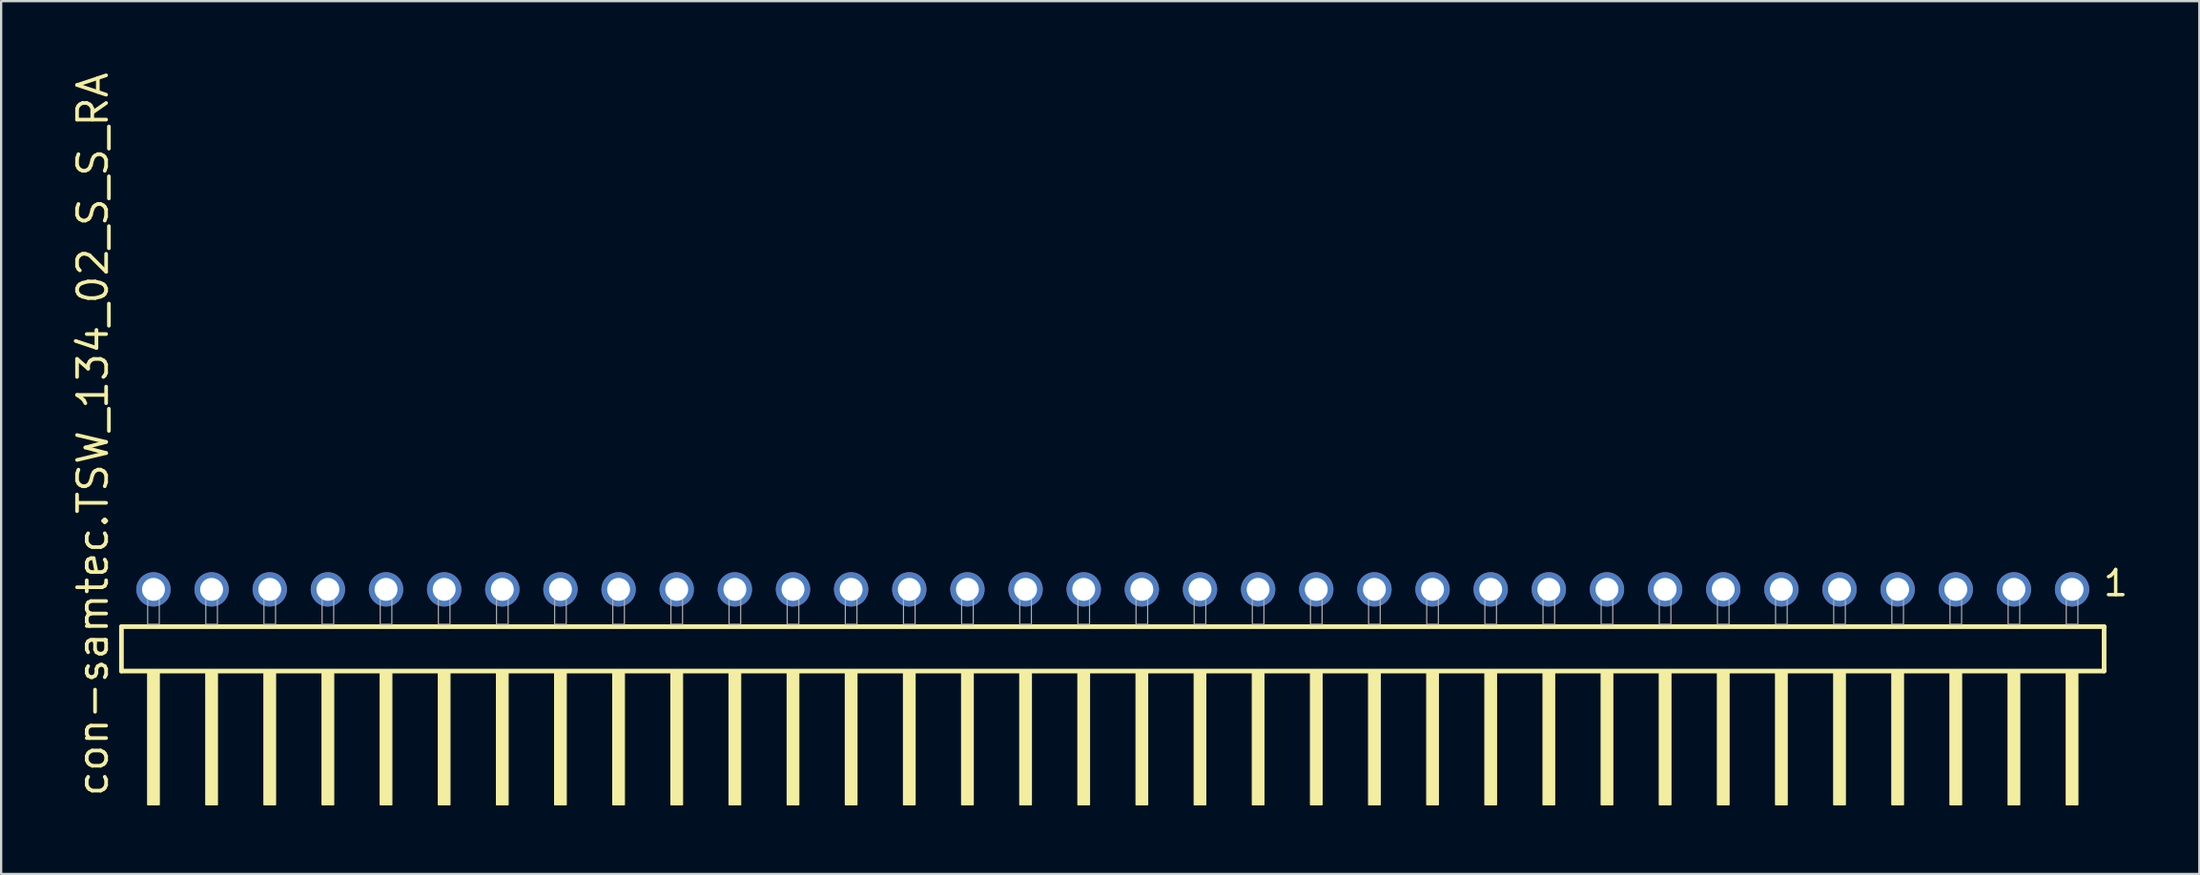
<source format=kicad_pcb>
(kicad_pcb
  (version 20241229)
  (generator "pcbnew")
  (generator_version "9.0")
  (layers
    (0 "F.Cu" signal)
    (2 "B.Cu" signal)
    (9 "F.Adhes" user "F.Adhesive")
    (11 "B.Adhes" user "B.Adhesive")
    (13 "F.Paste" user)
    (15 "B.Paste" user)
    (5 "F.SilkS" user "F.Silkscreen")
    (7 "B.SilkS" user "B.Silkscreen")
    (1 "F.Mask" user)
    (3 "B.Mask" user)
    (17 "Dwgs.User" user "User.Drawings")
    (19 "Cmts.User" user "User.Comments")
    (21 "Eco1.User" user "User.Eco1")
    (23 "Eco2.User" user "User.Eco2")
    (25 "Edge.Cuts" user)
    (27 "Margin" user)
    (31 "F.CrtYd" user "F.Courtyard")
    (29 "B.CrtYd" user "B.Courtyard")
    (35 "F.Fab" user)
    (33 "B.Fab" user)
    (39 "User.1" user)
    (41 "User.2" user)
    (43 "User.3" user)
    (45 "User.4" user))
  (footprint "con-samtec.TSW_134_02_S_S_RA"
    (layer "F.Cu")
    (at 45.565 24.235)
    (property "Reference" "con-samtec.TSW_134_02_S_S_RA" (at -43.815 7.62 90) (layer "F.SilkS") (effects (font (size 1.27 1.27) (thickness 0.16)) (justify left bottom)))
    (attr through_hole)
    (fp_line (start -43.309 0.106) (end -43.309 2.046) (stroke (width 0.203) (type default)) (layer "F.SilkS"))
    (fp_line (start -43.309 2.046) (end 43.309 2.046) (stroke (width 0.203) (type default)) (layer "F.SilkS"))
    (fp_line (start 43.309 0.106) (end -43.309 0.106) (stroke (width 0.203) (type default)) (layer "F.SilkS"))
    (fp_line (start 43.309 2.046) (end 43.309 0.106) (stroke (width 0.203) (type default)) (layer "F.SilkS"))
    (fp_rect (start -42.164 7.89) (end -41.656 2.04) (stroke (width 0.05) (type default)) (fill yes) (layer "F.SilkS"))
    (fp_rect (start -39.624 7.89) (end -39.116 2.04) (stroke (width 0.05) (type default)) (fill yes) (layer "F.SilkS"))
    (fp_rect (start -37.084 7.89) (end -36.576 2.04) (stroke (width 0.05) (type default)) (fill yes) (layer "F.SilkS"))
    (fp_rect (start -34.544 7.89) (end -34.036 2.04) (stroke (width 0.05) (type default)) (fill yes) (layer "F.SilkS"))
    (fp_rect (start -32.004 7.89) (end -31.496 2.04) (stroke (width 0.05) (type default)) (fill yes) (layer "F.SilkS"))
    (fp_rect (start -29.464 7.89) (end -28.956 2.04) (stroke (width 0.05) (type default)) (fill yes) (layer "F.SilkS"))
    (fp_rect (start -26.924 7.89) (end -26.416 2.04) (stroke (width 0.05) (type default)) (fill yes) (layer "F.SilkS"))
    (fp_rect (start -24.384 7.89) (end -23.876 2.04) (stroke (width 0.05) (type default)) (fill yes) (layer "F.SilkS"))
    (fp_rect (start -21.844 7.89) (end -21.336 2.04) (stroke (width 0.05) (type default)) (fill yes) (layer "F.SilkS"))
    (fp_rect (start -19.304 7.89) (end -18.796 2.04) (stroke (width 0.05) (type default)) (fill yes) (layer "F.SilkS"))
    (fp_rect (start -16.764 7.89) (end -16.256 2.04) (stroke (width 0.05) (type default)) (fill yes) (layer "F.SilkS"))
    (fp_rect (start -14.224 7.89) (end -13.716 2.04) (stroke (width 0.05) (type default)) (fill yes) (layer "F.SilkS"))
    (fp_rect (start -11.684 7.89) (end -11.176 2.04) (stroke (width 0.05) (type default)) (fill yes) (layer "F.SilkS"))
    (fp_rect (start -9.144 7.89) (end -8.636 2.04) (stroke (width 0.05) (type default)) (fill yes) (layer "F.SilkS"))
    (fp_rect (start -6.604 7.89) (end -6.096 2.04) (stroke (width 0.05) (type default)) (fill yes) (layer "F.SilkS"))
    (fp_rect (start -4.064 7.89) (end -3.556 2.04) (stroke (width 0.05) (type default)) (fill yes) (layer "F.SilkS"))
    (fp_rect (start -1.524 7.89) (end -1.016 2.04) (stroke (width 0.05) (type default)) (fill yes) (layer "F.SilkS"))
    (fp_rect (start 1.016 7.89) (end 1.524 2.04) (stroke (width 0.05) (type default)) (fill yes) (layer "F.SilkS"))
    (fp_rect (start 3.556 7.89) (end 4.064 2.04) (stroke (width 0.05) (type default)) (fill yes) (layer "F.SilkS"))
    (fp_rect (start 6.096 7.89) (end 6.604 2.04) (stroke (width 0.05) (type default)) (fill yes) (layer "F.SilkS"))
    (fp_rect (start 8.636 7.89) (end 9.144 2.04) (stroke (width 0.05) (type default)) (fill yes) (layer "F.SilkS"))
    (fp_rect (start 11.176 7.89) (end 11.684 2.04) (stroke (width 0.05) (type default)) (fill yes) (layer "F.SilkS"))
    (fp_rect (start 13.716 7.89) (end 14.224 2.04) (stroke (width 0.05) (type default)) (fill yes) (layer "F.SilkS"))
    (fp_rect (start 16.256 7.89) (end 16.764 2.04) (stroke (width 0.05) (type default)) (fill yes) (layer "F.SilkS"))
    (fp_rect (start 18.796 7.89) (end 19.304 2.04) (stroke (width 0.05) (type default)) (fill yes) (layer "F.SilkS"))
    (fp_rect (start 21.336 7.89) (end 21.844 2.04) (stroke (width 0.05) (type default)) (fill yes) (layer "F.SilkS"))
    (fp_rect (start 23.876 7.89) (end 24.384 2.04) (stroke (width 0.05) (type default)) (fill yes) (layer "F.SilkS"))
    (fp_rect (start 26.416 7.89) (end 26.924 2.04) (stroke (width 0.05) (type default)) (fill yes) (layer "F.SilkS"))
    (fp_rect (start 28.956 7.89) (end 29.464 2.04) (stroke (width 0.05) (type default)) (fill yes) (layer "F.SilkS"))
    (fp_rect (start 31.496 7.89) (end 32.004 2.04) (stroke (width 0.05) (type default)) (fill yes) (layer "F.SilkS"))
    (fp_rect (start 34.036 7.89) (end 34.544 2.04) (stroke (width 0.05) (type default)) (fill yes) (layer "F.SilkS"))
    (fp_rect (start 36.576 7.89) (end 37.084 2.04) (stroke (width 0.05) (type default)) (fill yes) (layer "F.SilkS"))
    (fp_rect (start 39.116 7.89) (end 39.624 2.04) (stroke (width 0.05) (type default)) (fill yes) (layer "F.SilkS"))
    (fp_rect (start 41.656 7.89) (end 42.164 2.04) (stroke (width 0.05) (type default)) (fill yes) (layer "F.SilkS"))
    (fp_rect (start -42.164 0) (end -41.656 -1.778) (stroke (width 0.05) (type default)) (fill no) (layer "F.Fab"))
    (fp_rect (start -39.624 0) (end -39.116 -1.778) (stroke (width 0.05) (type default)) (fill no) (layer "F.Fab"))
    (fp_rect (start -37.084 0) (end -36.576 -1.778) (stroke (width 0.05) (type default)) (fill no) (layer "F.Fab"))
    (fp_rect (start -34.544 0) (end -34.036 -1.778) (stroke (width 0.05) (type default)) (fill no) (layer "F.Fab"))
    (fp_rect (start -32.004 0) (end -31.496 -1.778) (stroke (width 0.05) (type default)) (fill no) (layer "F.Fab"))
    (fp_rect (start -29.464 0) (end -28.956 -1.778) (stroke (width 0.05) (type default)) (fill no) (layer "F.Fab"))
    (fp_rect (start -26.924 0) (end -26.416 -1.778) (stroke (width 0.05) (type default)) (fill no) (layer "F.Fab"))
    (fp_rect (start -24.384 0) (end -23.876 -1.778) (stroke (width 0.05) (type default)) (fill no) (layer "F.Fab"))
    (fp_rect (start -21.844 0) (end -21.336 -1.778) (stroke (width 0.05) (type default)) (fill no) (layer "F.Fab"))
    (fp_rect (start -19.304 0) (end -18.796 -1.778) (stroke (width 0.05) (type default)) (fill no) (layer "F.Fab"))
    (fp_rect (start -16.764 0) (end -16.256 -1.778) (stroke (width 0.05) (type default)) (fill no) (layer "F.Fab"))
    (fp_rect (start -14.224 0) (end -13.716 -1.778) (stroke (width 0.05) (type default)) (fill no) (layer "F.Fab"))
    (fp_rect (start -11.684 0) (end -11.176 -1.778) (stroke (width 0.05) (type default)) (fill no) (layer "F.Fab"))
    (fp_rect (start -9.144 0) (end -8.636 -1.778) (stroke (width 0.05) (type default)) (fill no) (layer "F.Fab"))
    (fp_rect (start -6.604 0) (end -6.096 -1.778) (stroke (width 0.05) (type default)) (fill no) (layer "F.Fab"))
    (fp_rect (start -4.064 0) (end -3.556 -1.778) (stroke (width 0.05) (type default)) (fill no) (layer "F.Fab"))
    (fp_rect (start -1.524 0) (end -1.016 -1.778) (stroke (width 0.05) (type default)) (fill no) (layer "F.Fab"))
    (fp_rect (start 1.016 0) (end 1.524 -1.778) (stroke (width 0.05) (type default)) (fill no) (layer "F.Fab"))
    (fp_rect (start 3.556 0) (end 4.064 -1.778) (stroke (width 0.05) (type default)) (fill no) (layer "F.Fab"))
    (fp_rect (start 6.096 0) (end 6.604 -1.778) (stroke (width 0.05) (type default)) (fill no) (layer "F.Fab"))
    (fp_rect (start 8.636 0) (end 9.144 -1.778) (stroke (width 0.05) (type default)) (fill no) (layer "F.Fab"))
    (fp_rect (start 11.176 0) (end 11.684 -1.778) (stroke (width 0.05) (type default)) (fill no) (layer "F.Fab"))
    (fp_rect (start 13.716 0) (end 14.224 -1.778) (stroke (width 0.05) (type default)) (fill no) (layer "F.Fab"))
    (fp_rect (start 16.256 0) (end 16.764 -1.778) (stroke (width 0.05) (type default)) (fill no) (layer "F.Fab"))
    (fp_rect (start 18.796 0) (end 19.304 -1.778) (stroke (width 0.05) (type default)) (fill no) (layer "F.Fab"))
    (fp_rect (start 21.336 0) (end 21.844 -1.778) (stroke (width 0.05) (type default)) (fill no) (layer "F.Fab"))
    (fp_rect (start 23.876 0) (end 24.384 -1.778) (stroke (width 0.05) (type default)) (fill no) (layer "F.Fab"))
    (fp_rect (start 26.416 0) (end 26.924 -1.778) (stroke (width 0.05) (type default)) (fill no) (layer "F.Fab"))
    (fp_rect (start 28.956 0) (end 29.464 -1.778) (stroke (width 0.05) (type default)) (fill no) (layer "F.Fab"))
    (fp_rect (start 31.496 0) (end 32.004 -1.778) (stroke (width 0.05) (type default)) (fill no) (layer "F.Fab"))
    (fp_rect (start 34.036 0) (end 34.544 -1.778) (stroke (width 0.05) (type default)) (fill no) (layer "F.Fab"))
    (fp_rect (start 36.576 0) (end 37.084 -1.778) (stroke (width 0.05) (type default)) (fill no) (layer "F.Fab"))
    (fp_rect (start 39.116 0) (end 39.624 -1.778) (stroke (width 0.05) (type default)) (fill no) (layer "F.Fab"))
    (fp_rect (start 41.656 0) (end 42.164 -1.778) (stroke (width 0.05) (type default)) (fill no) (layer "F.Fab"))
    (fp_text user "1" (at 43.192 -1.152 0) (layer "F.SilkS") (effects (font (size 1.1 1.1) (thickness 0.15)) (justify left bottom)))
    (pad "1" thru_hole circle (at 41.91 -1.524 180) (size 1.5 1.5) (drill 1) (layers "*.Cu" "*.Mask"))
    (pad "2" thru_hole circle (at 39.37 -1.524 180) (size 1.5 1.5) (drill 1) (layers "*.Cu" "*.Mask"))
    (pad "3" thru_hole circle (at 36.83 -1.524 180) (size 1.5 1.5) (drill 1) (layers "*.Cu" "*.Mask"))
    (pad "4" thru_hole circle (at 34.29 -1.524 180) (size 1.5 1.5) (drill 1) (layers "*.Cu" "*.Mask"))
    (pad "5" thru_hole circle (at 31.75 -1.524 180) (size 1.5 1.5) (drill 1) (layers "*.Cu" "*.Mask"))
    (pad "6" thru_hole circle (at 29.21 -1.524 180) (size 1.5 1.5) (drill 1) (layers "*.Cu" "*.Mask"))
    (pad "7" thru_hole circle (at 26.67 -1.524 180) (size 1.5 1.5) (drill 1) (layers "*.Cu" "*.Mask"))
    (pad "8" thru_hole circle (at 24.13 -1.524 180) (size 1.5 1.5) (drill 1) (layers "*.Cu" "*.Mask"))
    (pad "9" thru_hole circle (at 21.59 -1.524 180) (size 1.5 1.5) (drill 1) (layers "*.Cu" "*.Mask"))
    (pad "10" thru_hole circle (at 19.05 -1.524 180) (size 1.5 1.5) (drill 1) (layers "*.Cu" "*.Mask"))
    (pad "11" thru_hole circle (at 16.51 -1.524 180) (size 1.5 1.5) (drill 1) (layers "*.Cu" "*.Mask"))
    (pad "12" thru_hole circle (at 13.97 -1.524 180) (size 1.5 1.5) (drill 1) (layers "*.Cu" "*.Mask"))
    (pad "13" thru_hole circle (at 11.43 -1.524 180) (size 1.5 1.5) (drill 1) (layers "*.Cu" "*.Mask"))
    (pad "14" thru_hole circle (at 8.89 -1.524 180) (size 1.5 1.5) (drill 1) (layers "*.Cu" "*.Mask"))
    (pad "15" thru_hole circle (at 6.35 -1.524 180) (size 1.5 1.5) (drill 1) (layers "*.Cu" "*.Mask"))
    (pad "16" thru_hole circle (at 3.81 -1.524 180) (size 1.5 1.5) (drill 1) (layers "*.Cu" "*.Mask"))
    (pad "17" thru_hole circle (at 1.27 -1.524 180) (size 1.5 1.5) (drill 1) (layers "*.Cu" "*.Mask"))
    (pad "18" thru_hole circle (at -1.27 -1.524 180) (size 1.5 1.5) (drill 1) (layers "*.Cu" "*.Mask"))
    (pad "19" thru_hole circle (at -3.81 -1.524 180) (size 1.5 1.5) (drill 1) (layers "*.Cu" "*.Mask"))
    (pad "20" thru_hole circle (at -6.35 -1.524 180) (size 1.5 1.5) (drill 1) (layers "*.Cu" "*.Mask"))
    (pad "21" thru_hole circle (at -8.89 -1.524 180) (size 1.5 1.5) (drill 1) (layers "*.Cu" "*.Mask"))
    (pad "22" thru_hole circle (at -11.43 -1.524 180) (size 1.5 1.5) (drill 1) (layers "*.Cu" "*.Mask"))
    (pad "23" thru_hole circle (at -13.97 -1.524 180) (size 1.5 1.5) (drill 1) (layers "*.Cu" "*.Mask"))
    (pad "24" thru_hole circle (at -16.51 -1.524 180) (size 1.5 1.5) (drill 1) (layers "*.Cu" "*.Mask"))
    (pad "25" thru_hole circle (at -19.05 -1.524 180) (size 1.5 1.5) (drill 1) (layers "*.Cu" "*.Mask"))
    (pad "26" thru_hole circle (at -21.59 -1.524 180) (size 1.5 1.5) (drill 1) (layers "*.Cu" "*.Mask"))
    (pad "27" thru_hole circle (at -24.13 -1.524 180) (size 1.5 1.5) (drill 1) (layers "*.Cu" "*.Mask"))
    (pad "28" thru_hole circle (at -26.67 -1.524 180) (size 1.5 1.5) (drill 1) (layers "*.Cu" "*.Mask"))
    (pad "29" thru_hole circle (at -29.21 -1.524 180) (size 1.5 1.5) (drill 1) (layers "*.Cu" "*.Mask"))
    (pad "30" thru_hole circle (at -31.75 -1.524 180) (size 1.5 1.5) (drill 1) (layers "*.Cu" "*.Mask"))
    (pad "31" thru_hole circle (at -34.29 -1.524 180) (size 1.5 1.5) (drill 1) (layers "*.Cu" "*.Mask"))
    (pad "32" thru_hole circle (at -36.83 -1.524 180) (size 1.5 1.5) (drill 1) (layers "*.Cu" "*.Mask"))
    (pad "33" thru_hole circle (at -39.37 -1.524 180) (size 1.5 1.5) (drill 1) (layers "*.Cu" "*.Mask"))
    (pad "34" thru_hole circle (at -41.91 -1.524 180) (size 1.5 1.5) (drill 1) (layers "*.Cu" "*.Mask")))
  (gr_rect
    (start -3 -3)
    (end 93.035 35.15)
    (stroke (width 0.1) (type default))
    (fill no)
    (layer "Edge.Cuts")))
</source>
